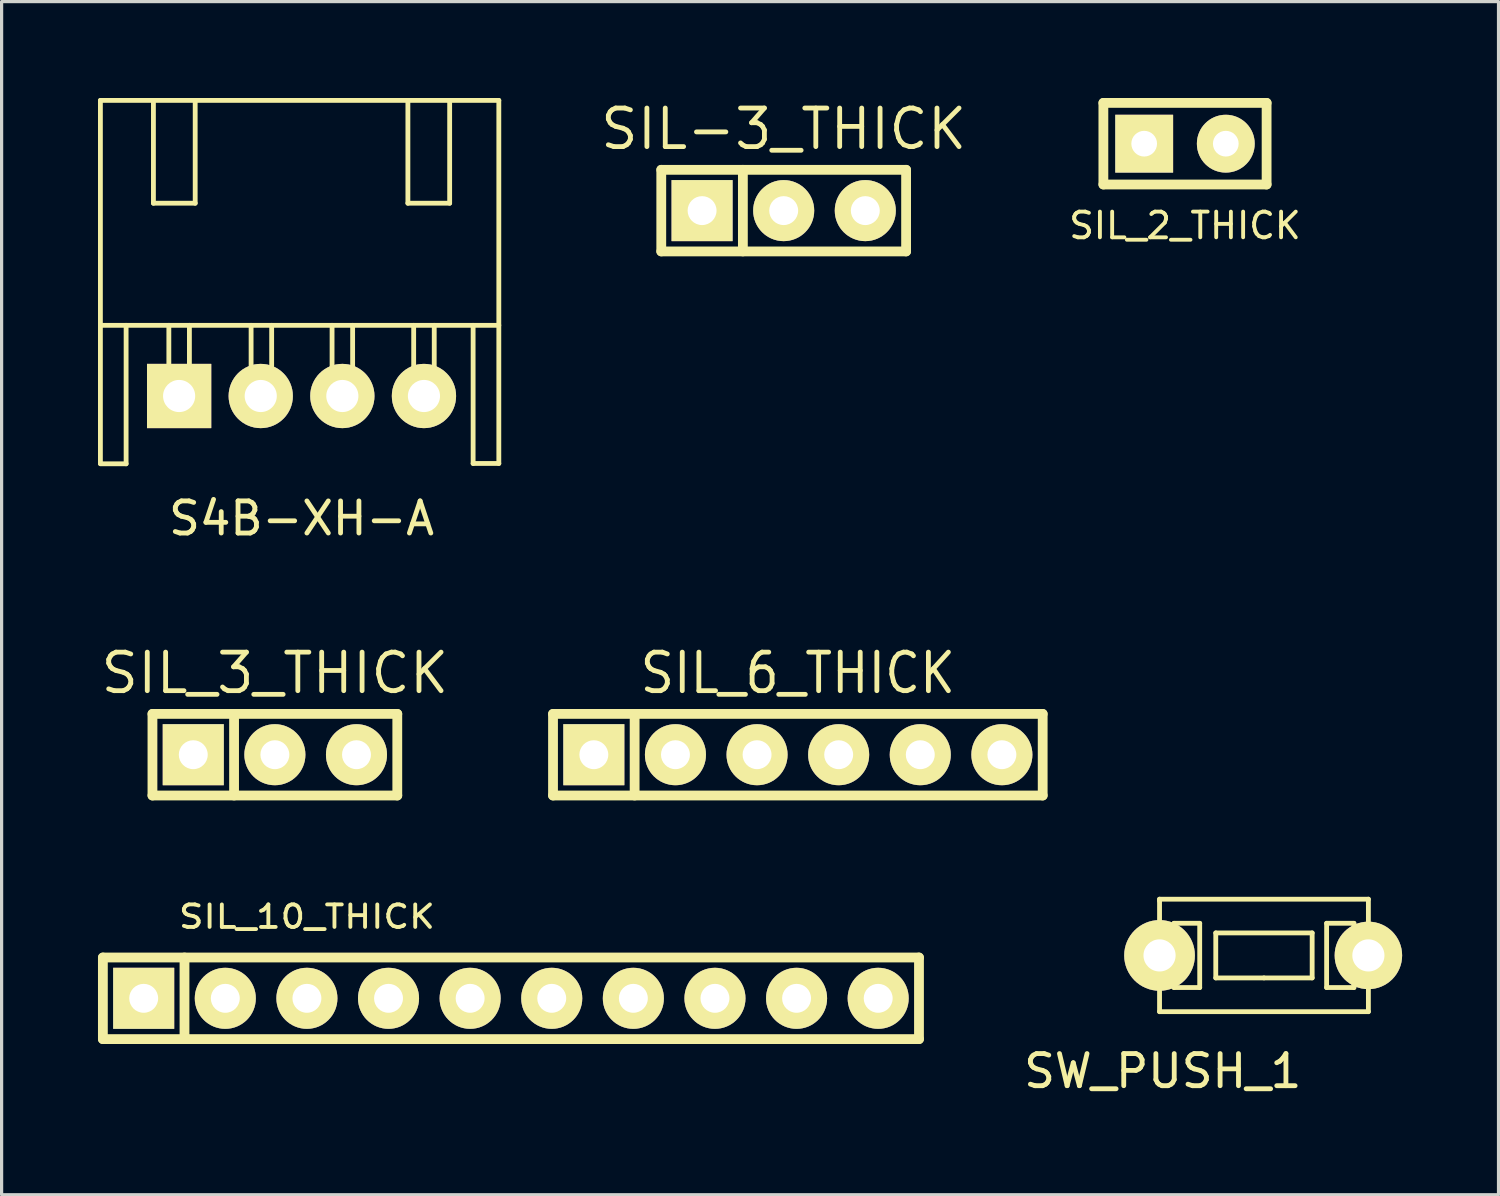
<source format=kicad_pcb>
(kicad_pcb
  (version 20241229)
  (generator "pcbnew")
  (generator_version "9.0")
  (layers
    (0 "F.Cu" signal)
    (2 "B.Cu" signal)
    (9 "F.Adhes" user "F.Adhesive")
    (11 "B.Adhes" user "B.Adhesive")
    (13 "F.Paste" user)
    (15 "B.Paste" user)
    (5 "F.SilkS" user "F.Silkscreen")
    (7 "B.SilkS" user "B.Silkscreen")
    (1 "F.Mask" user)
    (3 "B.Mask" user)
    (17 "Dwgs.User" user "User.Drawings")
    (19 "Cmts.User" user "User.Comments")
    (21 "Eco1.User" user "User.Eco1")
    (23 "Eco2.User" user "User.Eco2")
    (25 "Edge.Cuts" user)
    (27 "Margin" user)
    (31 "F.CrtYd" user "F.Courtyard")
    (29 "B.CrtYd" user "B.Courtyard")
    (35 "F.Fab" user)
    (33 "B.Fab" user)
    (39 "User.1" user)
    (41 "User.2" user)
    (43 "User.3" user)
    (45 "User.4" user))
  (footprint "SIL_6_THICK"
    (layer "F.Cu")
    (at 21.782 20.439)
    (property "Reference" "SIL_6_THICK" (at 0 -2.54 0) (layer "F.SilkS") (effects (font (size 1.2 1.087) (thickness 0.15))))
    (attr through_hole)
    (fp_line (start -7.62 -1.27) (end 7.62 -1.27) (stroke (width 0.305) (type solid)) (layer "F.SilkS"))
    (fp_line (start -7.62 1.27) (end -7.62 -1.27) (stroke (width 0.305) (type solid)) (layer "F.SilkS"))
    (fp_line (start -5.08 1.27) (end -5.08 -1.27) (stroke (width 0.305) (type solid)) (layer "F.SilkS"))
    (fp_line (start 7.62 -1.27) (end 7.62 1.27) (stroke (width 0.305) (type solid)) (layer "F.SilkS"))
    (fp_line (start 7.62 1.27) (end -7.62 1.27) (stroke (width 0.305) (type solid)) (layer "F.SilkS"))
    (pad "1" thru_hole rect (at -6.35 0) (size 1.9 1.9) (drill 0.9) (layers "*.Cu" "*.Mask" "F.SilkS"))
    (pad "2" thru_hole circle (at -3.81 0) (size 1.9 1.9) (drill 0.9) (layers "*.Cu" "*.Mask" "F.SilkS"))
    (pad "3" thru_hole circle (at -1.27 0) (size 1.9 1.9) (drill 0.9) (layers "*.Cu" "*.Mask" "F.SilkS"))
    (pad "4" thru_hole circle (at 1.27 0) (size 1.9 1.9) (drill 0.9) (layers "*.Cu" "*.Mask" "F.SilkS"))
    (pad "5" thru_hole circle (at 3.81 0) (size 1.9 1.9) (drill 0.9) (layers "*.Cu" "*.Mask" "F.SilkS"))
    (pad "6" thru_hole circle (at 6.35 0) (size 1.9 1.9) (drill 0.9) (layers "*.Cu" "*.Mask" "F.SilkS")))
  (footprint "S4B-XH-A"
    (layer "F.Cu")
    (at 6.335 9.275)
    (property "Reference" "S4B-XH-A" (at 0 3.81 0) (layer "F.SilkS") (effects (font (size 1 1) (thickness 0.15))))
    (attr through_hole)
    (fp_line (start -6.26 -9.2) (end 6.14 -9.2) (stroke (width 0.15) (type solid)) (layer "F.SilkS"))
    (fp_line (start -6.26 2.1) (end -6.26 -9.2) (stroke (width 0.15) (type solid)) (layer "F.SilkS"))
    (fp_line (start -6.26 2.11) (end -5.46 2.11) (stroke (width 0.15) (type solid)) (layer "F.SilkS"))
    (fp_line (start -5.46 2.11) (end -5.46 -2.2) (stroke (width 0.15) (type solid)) (layer "F.SilkS"))
    (fp_line (start -4.61 -9.2) (end -4.61 -6) (stroke (width 0.15) (type solid)) (layer "F.SilkS"))
    (fp_line (start -4.61 -6) (end -3.31 -6) (stroke (width 0.15) (type solid)) (layer "F.SilkS"))
    (fp_line (start -4.13 0) (end -4.13 -2.2) (stroke (width 0.15) (type solid)) (layer "F.SilkS"))
    (fp_line (start -3.81 0) (end -4.13 0) (stroke (width 0.15) (type solid)) (layer "F.SilkS"))
    (fp_line (start -3.81 0) (end -3.49 0) (stroke (width 0.15) (type solid)) (layer "F.SilkS"))
    (fp_line (start -3.49 0) (end -3.49 -2.2) (stroke (width 0.15) (type solid)) (layer "F.SilkS"))
    (fp_line (start -3.31 -6) (end -3.31 -9.2) (stroke (width 0.15) (type solid)) (layer "F.SilkS"))
    (fp_line (start -1.57 0) (end -1.57 -2.2) (stroke (width 0.15) (type solid)) (layer "F.SilkS"))
    (fp_line (start -1.26 0) (end -0.93 0) (stroke (width 0.15) (type solid)) (layer "F.SilkS"))
    (fp_line (start -1.25 0) (end -1.57 0) (stroke (width 0.15) (type solid)) (layer "F.SilkS"))
    (fp_line (start -0.93 0) (end -0.93 -2.2) (stroke (width 0.15) (type solid)) (layer "F.SilkS"))
    (fp_line (start 0.95 0) (end 0.95 -2.2) (stroke (width 0.15) (type solid)) (layer "F.SilkS"))
    (fp_line (start 1.27 0) (end 0.95 0) (stroke (width 0.15) (type solid)) (layer "F.SilkS"))
    (fp_line (start 1.27 0) (end 1.59 0) (stroke (width 0.15) (type solid)) (layer "F.SilkS"))
    (fp_line (start 1.59 0) (end 1.59 -2.2) (stroke (width 0.15) (type solid)) (layer "F.SilkS"))
    (fp_line (start 3.31 -6) (end 3.31 -9.2) (stroke (width 0.15) (type solid)) (layer "F.SilkS"))
    (fp_line (start 3.49 0) (end 3.49 -2.2) (stroke (width 0.15) (type solid)) (layer "F.SilkS"))
    (fp_line (start 3.81 0) (end 3.49 0) (stroke (width 0.15) (type solid)) (layer "F.SilkS"))
    (fp_line (start 3.81 0) (end 4.13 0) (stroke (width 0.15) (type solid)) (layer "F.SilkS"))
    (fp_line (start 4.13 0) (end 4.13 -2.2) (stroke (width 0.15) (type solid)) (layer "F.SilkS"))
    (fp_line (start 4.61 -9.2) (end 4.61 -6) (stroke (width 0.15) (type solid)) (layer "F.SilkS"))
    (fp_line (start 4.61 -6) (end 3.31 -6) (stroke (width 0.15) (type solid)) (layer "F.SilkS"))
    (fp_line (start 5.34 2.1) (end 5.34 -2.2) (stroke (width 0.15) (type solid)) (layer "F.SilkS"))
    (fp_line (start 6.14 -9.2) (end 6.14 2.1) (stroke (width 0.15) (type solid)) (layer "F.SilkS"))
    (fp_line (start 6.14 -2.2) (end -6.26 -2.2) (stroke (width 0.15) (type solid)) (layer "F.SilkS"))
    (fp_line (start 6.14 2.1) (end 5.34 2.1) (stroke (width 0.15) (type solid)) (layer "F.SilkS"))
    (pad "1" thru_hole rect (at -3.81 0) (size 2 2) (drill 1) (layers "*.Cu" "*.Mask" "F.SilkS"))
    (pad "2" thru_hole circle (at -1.27 0) (size 2 2) (drill 1) (layers "*.Cu" "*.Mask" "F.SilkS"))
    (pad "3" thru_hole circle (at 1.27 0) (size 2 2) (drill 1) (layers "*.Cu" "*.Mask" "F.SilkS"))
    (pad "4" thru_hole circle (at 3.81 0) (size 2 2) (drill 1) (layers "*.Cu" "*.Mask" "F.SilkS")))
  (footprint "SIL_3_THICK"
    (layer "F.Cu")
    (at 5.505 20.439)
    (property "Reference" "SIL_3_THICK" (at 0 -2.54 0) (layer "F.SilkS") (effects (font (size 1.2 1.2) (thickness 0.15))))
    (attr through_hole)
    (fp_line (start -3.81 -1.27) (end 3.81 -1.27) (stroke (width 0.305) (type solid)) (layer "F.SilkS"))
    (fp_line (start -3.81 1.27) (end -3.81 -1.27) (stroke (width 0.305) (type solid)) (layer "F.SilkS"))
    (fp_line (start -1.27 -1.27) (end -1.27 1.27) (stroke (width 0.305) (type solid)) (layer "F.SilkS"))
    (fp_line (start 3.81 -1.27) (end 3.81 1.27) (stroke (width 0.305) (type solid)) (layer "F.SilkS"))
    (fp_line (start 3.81 1.27) (end -3.81 1.27) (stroke (width 0.305) (type solid)) (layer "F.SilkS"))
    (pad "1" thru_hole rect (at -2.54 0) (size 1.9 1.9) (drill 0.9) (layers "*.Cu" "*.Mask" "F.SilkS"))
    (pad "2" thru_hole circle (at 0 0) (size 1.9 1.9) (drill 0.9) (layers "*.Cu" "*.Mask" "F.SilkS"))
    (pad "3" thru_hole circle (at 2.54 0) (size 1.9 1.9) (drill 0.9) (layers "*.Cu" "*.Mask" "F.SilkS")))
  (footprint "SIL_2_THICK"
    (layer "F.Cu")
    (at 33.831 1.422)
    (property "Reference" "SIL_2_THICK" (at 0 2.55 0) (layer "F.SilkS") (effects (font (size 0.8 0.8) (thickness 0.12))))
    (attr through_hole)
    (fp_line (start -2.54 -1.27) (end 2.54 -1.27) (stroke (width 0.305) (type solid)) (layer "F.SilkS"))
    (fp_line (start -2.54 1.27) (end -2.54 -1.27) (stroke (width 0.305) (type solid)) (layer "F.SilkS"))
    (fp_line (start 2.54 -1.27) (end 2.54 1.27) (stroke (width 0.305) (type solid)) (layer "F.SilkS"))
    (fp_line (start 2.54 1.27) (end -2.54 1.27) (stroke (width 0.305) (type solid)) (layer "F.SilkS"))
    (pad "1" thru_hole rect (at -1.27 0) (size 1.8 1.8) (drill 0.8) (layers "*.Cu" "*.Mask" "F.SilkS"))
    (pad "2" thru_hole circle (at 1.27 0) (size 1.8 1.8) (drill 0.8) (layers "*.Cu" "*.Mask" "F.SilkS")))
  (footprint "SW_PUSH_1"
    (layer "F.Cu")
    (at 33.489 26.686)
    (property "Reference" "SW_PUSH_1" (at -0.35 3.6 0) (layer "F.SilkS") (effects (font (size 1 1) (thickness 0.15))))
    (attr through_hole)
    (fp_line (start -0.45 -1.7) (end -0.45 -1.75) (stroke (width 0.15) (type solid)) (layer "F.SilkS"))
    (fp_line (start -0.45 0) (end -0.45 -1.7) (stroke (width 0.15) (type solid)) (layer "F.SilkS"))
    (fp_line (start -0.45 1.75) (end -0.45 0) (stroke (width 0.15) (type solid)) (layer "F.SilkS"))
    (fp_line (start 0 -1) (end 0 0) (stroke (width 0.15) (type solid)) (layer "F.SilkS"))
    (fp_line (start 0 0) (end 0 1) (stroke (width 0.15) (type solid)) (layer "F.SilkS"))
    (fp_line (start 0 1) (end 0.8 1) (stroke (width 0.15) (type solid)) (layer "F.SilkS"))
    (fp_line (start 0.8 -1) (end 0 -1) (stroke (width 0.15) (type solid)) (layer "F.SilkS"))
    (fp_line (start 0.8 1) (end 0.8 -1) (stroke (width 0.15) (type solid)) (layer "F.SilkS"))
    (fp_line (start 1.3 -0.7) (end 1.3 0.7) (stroke (width 0.15) (type solid)) (layer "F.SilkS"))
    (fp_line (start 1.3 -0.7) (end 4.3 -0.7) (stroke (width 0.15) (type solid)) (layer "F.SilkS"))
    (fp_line (start 2.8 0.7) (end 1.3 0.7) (stroke (width 0.15) (type solid)) (layer "F.SilkS"))
    (fp_line (start 4.3 0.7) (end 2.8 0.7) (stroke (width 0.15) (type solid)) (layer "F.SilkS"))
    (fp_line (start 4.3 0.7) (end 4.3 -0.7) (stroke (width 0.15) (type solid)) (layer "F.SilkS"))
    (fp_line (start 4.75 1) (end 4.75 -1) (stroke (width 0.15) (type solid)) (layer "F.SilkS"))
    (fp_line (start 5.6 -1) (end 4.75 -1) (stroke (width 0.15) (type solid)) (layer "F.SilkS"))
    (fp_line (start 5.6 -1) (end 5.6 0) (stroke (width 0.15) (type solid)) (layer "F.SilkS"))
    (fp_line (start 5.6 1) (end 4.75 1) (stroke (width 0.15) (type solid)) (layer "F.SilkS"))
    (fp_line (start 5.6 1) (end 5.6 0) (stroke (width 0.15) (type solid)) (layer "F.SilkS"))
    (fp_line (start 6.05 -1.75) (end -0.45 -1.75) (stroke (width 0.15) (type solid)) (layer "F.SilkS"))
    (fp_line (start 6.05 -1.75) (end 6.05 1.75) (stroke (width 0.15) (type solid)) (layer "F.SilkS"))
    (fp_line (start 6.05 1.75) (end -0.45 1.75) (stroke (width 0.15) (type solid)) (layer "F.SilkS"))
    (pad "1" thru_hole circle (at -0.45 0) (size 2.2 2.2) (drill 1) (layers "*.Cu" "*.Mask" "F.SilkS"))
    (pad "2" thru_hole circle (at 6.05 0) (size 2.1 2.1) (drill 1) (layers "*.Cu" "*.Mask" "F.SilkS")))
  (footprint "SIL-3_THICK"
    (layer "F.Cu")
    (at 21.341 3.505)
    (property "Reference" "SIL-3_THICK" (at 0 -2.54 0) (layer "F.SilkS") (effects (font (size 1.2 1.2) (thickness 0.15))))
    (attr through_hole)
    (fp_line (start -3.81 -1.27) (end 3.81 -1.27) (stroke (width 0.305) (type solid)) (layer "F.SilkS"))
    (fp_line (start -3.81 1.27) (end -3.81 -1.27) (stroke (width 0.305) (type solid)) (layer "F.SilkS"))
    (fp_line (start -1.27 -1.27) (end -1.27 1.27) (stroke (width 0.305) (type solid)) (layer "F.SilkS"))
    (fp_line (start 3.81 -1.27) (end 3.81 1.27) (stroke (width 0.305) (type solid)) (layer "F.SilkS"))
    (fp_line (start 3.81 1.27) (end -3.81 1.27) (stroke (width 0.305) (type solid)) (layer "F.SilkS"))
    (pad "1" thru_hole rect (at -2.54 0) (size 1.9 1.9) (drill 0.9) (layers "*.Cu" "*.Mask" "F.SilkS"))
    (pad "2" thru_hole circle (at 0 0) (size 1.9 1.9) (drill 0.9) (layers "*.Cu" "*.Mask" "F.SilkS"))
    (pad "3" thru_hole circle (at 2.54 0) (size 1.9 1.9) (drill 0.9) (layers "*.Cu" "*.Mask" "F.SilkS")))
  (footprint "SIL_10_THICK"
    (layer "F.Cu")
    (at 12.852 28.021)
    (property "Reference" "SIL_10_THICK" (at -6.35 -2.54 0) (layer "F.SilkS") (effects (font (size 0.7 0.8) (thickness 0.12))))
    (attr through_hole)
    (fp_line (start -12.7 -1.27) (end 12.7 -1.27) (stroke (width 0.305) (type solid)) (layer "F.SilkS"))
    (fp_line (start -12.7 1.27) (end -12.7 -1.27) (stroke (width 0.305) (type solid)) (layer "F.SilkS"))
    (fp_line (start -10.16 1.27) (end -10.16 -1.27) (stroke (width 0.305) (type solid)) (layer "F.SilkS"))
    (fp_line (start 12.7 -1.27) (end 12.7 1.27) (stroke (width 0.305) (type solid)) (layer "F.SilkS"))
    (fp_line (start 12.7 1.27) (end -12.7 1.27) (stroke (width 0.305) (type solid)) (layer "F.SilkS"))
    (pad "1" thru_hole rect (at -11.43 0) (size 1.9 1.9) (drill 0.9) (layers "*.Cu" "*.Mask" "F.SilkS"))
    (pad "2" thru_hole circle (at -8.89 0) (size 1.9 1.9) (drill 0.9) (layers "*.Cu" "*.Mask" "F.SilkS"))
    (pad "3" thru_hole circle (at -6.35 0) (size 1.9 1.9) (drill 0.9) (layers "*.Cu" "*.Mask" "F.SilkS"))
    (pad "4" thru_hole circle (at -3.81 0) (size 1.9 1.9) (drill 0.9) (layers "*.Cu" "*.Mask" "F.SilkS"))
    (pad "5" thru_hole circle (at -1.27 0) (size 1.9 1.9) (drill 0.9) (layers "*.Cu" "*.Mask" "F.SilkS"))
    (pad "6" thru_hole circle (at 1.27 0) (size 1.9 1.9) (drill 0.9) (layers "*.Cu" "*.Mask" "F.SilkS"))
    (pad "7" thru_hole circle (at 3.81 0) (size 1.9 1.9) (drill 0.9) (layers "*.Cu" "*.Mask" "F.SilkS"))
    (pad "8" thru_hole circle (at 6.35 0) (size 1.9 1.9) (drill 0.9) (layers "*.Cu" "*.Mask" "F.SilkS"))
    (pad "9" thru_hole circle (at 8.89 0) (size 1.9 1.9) (drill 0.9) (layers "*.Cu" "*.Mask" "F.SilkS"))
    (pad "10" thru_hole circle (at 11.43 0) (size 1.9 1.9) (drill 0.9) (layers "*.Cu" "*.Mask" "F.SilkS")))
  (gr_rect
    (start -3 -3)
    (end 43.589 34.134)
    (stroke (width 0.1) (type default))
    (fill no)
    (layer "Edge.Cuts")))
</source>
